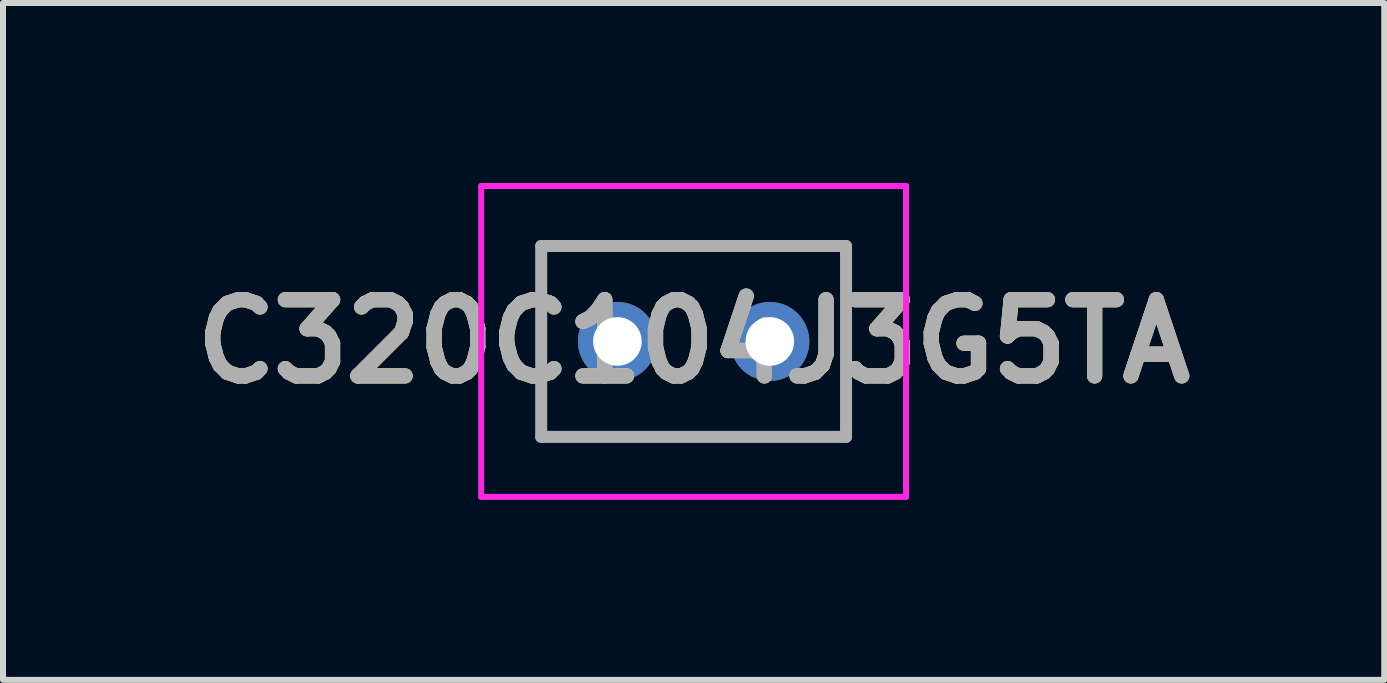
<source format=kicad_pcb>
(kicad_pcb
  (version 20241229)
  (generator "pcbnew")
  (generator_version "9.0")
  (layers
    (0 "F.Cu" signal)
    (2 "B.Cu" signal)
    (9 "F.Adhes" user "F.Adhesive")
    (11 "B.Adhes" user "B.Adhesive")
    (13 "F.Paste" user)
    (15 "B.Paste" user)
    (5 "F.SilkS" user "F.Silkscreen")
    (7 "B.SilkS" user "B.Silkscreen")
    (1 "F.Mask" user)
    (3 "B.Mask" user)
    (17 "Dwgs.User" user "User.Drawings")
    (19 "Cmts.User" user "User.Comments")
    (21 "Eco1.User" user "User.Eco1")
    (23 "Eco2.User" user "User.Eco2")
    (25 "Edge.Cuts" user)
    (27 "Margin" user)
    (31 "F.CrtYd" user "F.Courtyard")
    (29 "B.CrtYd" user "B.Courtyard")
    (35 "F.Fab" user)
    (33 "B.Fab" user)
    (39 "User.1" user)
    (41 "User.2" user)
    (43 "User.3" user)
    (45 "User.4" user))
  (footprint "C320C104J3G5TA"
    (layer "F.Cu")
    (at 7.239 2.64)
    (property "Reference" "C320C104J3G5TA" (at 1.27 0 0) (layer "F.SilkS") (effects (font (size 1.27 1.27) (thickness 0.254))))
    (attr through_hole)
    (fp_line (start -1.27 -1.59) (end 3.81 -1.59) (stroke (width 0.1) (type solid)) (layer "F.SilkS"))
    (fp_line (start -1.27 1.59) (end -1.27 -1.59) (stroke (width 0.1) (type solid)) (layer "F.SilkS"))
    (fp_line (start 3.81 -1.59) (end 3.81 1.59) (stroke (width 0.1) (type solid)) (layer "F.SilkS"))
    (fp_line (start 3.81 1.59) (end -1.27 1.59) (stroke (width 0.1) (type solid)) (layer "F.SilkS"))
    (fp_line (start -2.27 -2.59) (end 4.81 -2.59) (stroke (width 0.1) (type solid)) (layer "F.CrtYd"))
    (fp_line (start -2.27 2.59) (end -2.27 -2.59) (stroke (width 0.1) (type solid)) (layer "F.CrtYd"))
    (fp_line (start 4.81 -2.59) (end 4.81 2.59) (stroke (width 0.1) (type solid)) (layer "F.CrtYd"))
    (fp_line (start 4.81 2.59) (end -2.27 2.59) (stroke (width 0.1) (type solid)) (layer "F.CrtYd"))
    (fp_line (start -1.27 -1.59) (end 3.81 -1.59) (stroke (width 0.2) (type solid)) (layer "F.Fab"))
    (fp_line (start -1.27 1.59) (end -1.27 -1.59) (stroke (width 0.2) (type solid)) (layer "F.Fab"))
    (fp_line (start 3.81 -1.59) (end 3.81 1.59) (stroke (width 0.2) (type solid)) (layer "F.Fab"))
    (fp_line (start 3.81 1.59) (end -1.27 1.59) (stroke (width 0.2) (type solid)) (layer "F.Fab"))
    (fp_text user "${REFERENCE}" (at 1.27 0 0) (layer "F.Fab") (effects (font (size 1.27 1.27) (thickness 0.254))))
    (pad "1" thru_hole circle (at 0 0) (size 1.316 1.316) (drill 0.81) (layers "*.Cu" "*.Mask"))
    (pad "2" thru_hole circle (at 2.54 0) (size 1.316 1.316) (drill 0.81) (layers "*.Cu" "*.Mask")))
  (gr_rect
    (start -3 -3)
    (end 20.018 8.28)
    (stroke (width 0.1) (type default))
    (fill no)
    (layer "Edge.Cuts")))
</source>
